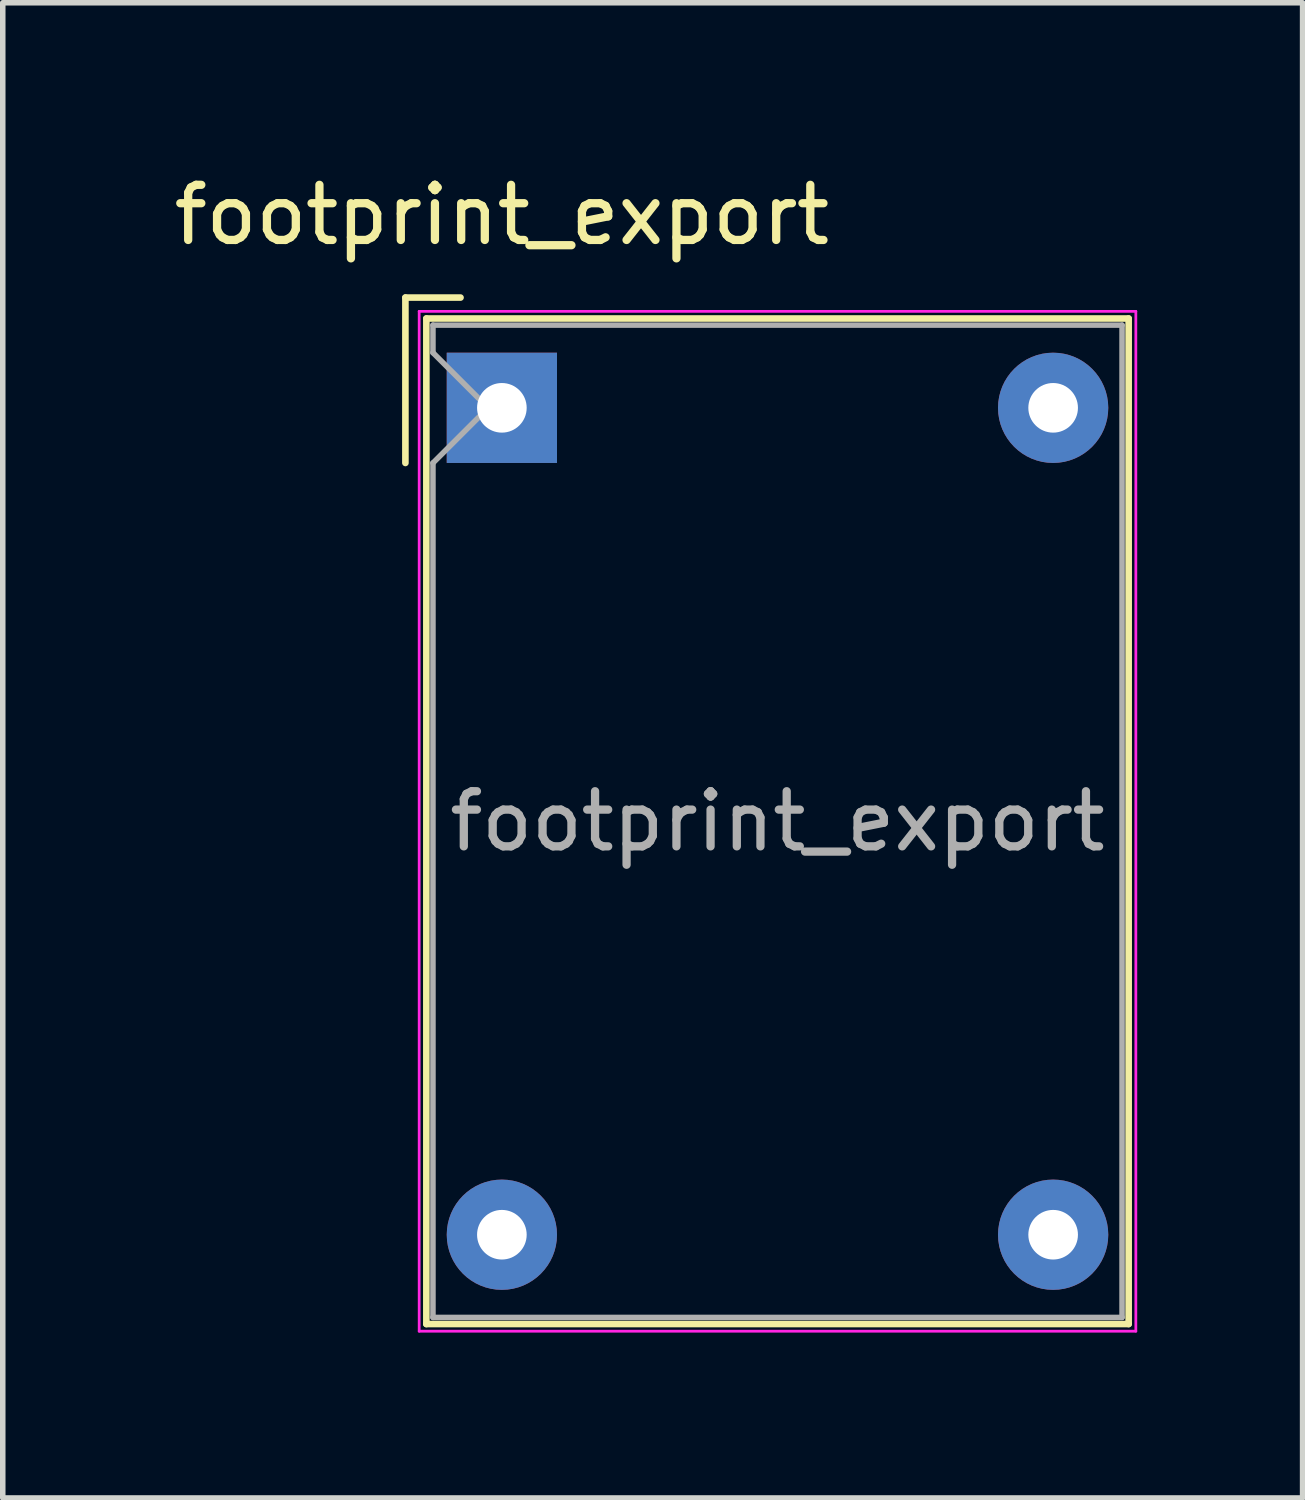
<source format=kicad_pcb>
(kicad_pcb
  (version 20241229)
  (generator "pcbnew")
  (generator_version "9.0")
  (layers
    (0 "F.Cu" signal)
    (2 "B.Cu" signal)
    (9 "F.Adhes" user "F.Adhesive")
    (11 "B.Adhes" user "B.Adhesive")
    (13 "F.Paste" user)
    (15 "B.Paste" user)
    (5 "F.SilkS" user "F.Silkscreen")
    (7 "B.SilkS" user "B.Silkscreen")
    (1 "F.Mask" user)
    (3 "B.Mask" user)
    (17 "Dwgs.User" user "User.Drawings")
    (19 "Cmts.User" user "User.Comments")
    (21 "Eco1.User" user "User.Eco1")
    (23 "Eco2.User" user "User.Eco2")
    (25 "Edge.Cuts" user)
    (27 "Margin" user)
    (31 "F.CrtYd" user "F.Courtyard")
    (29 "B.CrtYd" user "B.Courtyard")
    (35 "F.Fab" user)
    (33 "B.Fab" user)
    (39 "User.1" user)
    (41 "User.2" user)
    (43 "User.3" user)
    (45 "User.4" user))
  (footprint "footprint_export"
    (layer "F.Cu")
    (at 6.054 4.348)
    (property "Reference" "footprint_export" (at 0 -3.5 0) (layer "F.SilkS") (effects (font (size 1 1) (thickness 0.15))))
    (attr through_hole)
    (fp_line (start -1.75 -2) (end -1.75 1) (stroke (width 0.12) (type solid)) (layer "F.SilkS"))
    (fp_line (start -1.75 -2) (end -0.75 -2) (stroke (width 0.12) (type solid)) (layer "F.SilkS"))
    (fp_line (start -1.37 -1.62) (end 11.37 -1.62) (stroke (width 0.12) (type solid)) (layer "F.SilkS"))
    (fp_line (start -1.37 16.62) (end -1.37 -1.62) (stroke (width 0.12) (type solid)) (layer "F.SilkS"))
    (fp_line (start 11.37 -1.62) (end 11.37 16.62) (stroke (width 0.12) (type solid)) (layer "F.SilkS"))
    (fp_line (start 11.37 16.62) (end -1.37 16.62) (stroke (width 0.12) (type solid)) (layer "F.SilkS"))
    (fp_line (start -1.5 -1.75) (end -1.5 16.75) (stroke (width 0.05) (type solid)) (layer "F.CrtYd"))
    (fp_line (start -1.5 16.75) (end 11.5 16.75) (stroke (width 0.05) (type solid)) (layer "F.CrtYd"))
    (fp_line (start 11.5 -1.75) (end -1.5 -1.75) (stroke (width 0.05) (type solid)) (layer "F.CrtYd"))
    (fp_line (start 11.5 16.75) (end 11.5 -1.75) (stroke (width 0.05) (type solid)) (layer "F.CrtYd"))
    (fp_line (start -1.25 -1.5) (end 11.25 -1.5) (stroke (width 0.1) (type solid)) (layer "F.Fab"))
    (fp_line (start -1.25 -1) (end -1.25 -1.5) (stroke (width 0.1) (type solid)) (layer "F.Fab"))
    (fp_line (start -1.25 1) (end -0.25 0) (stroke (width 0.1) (type solid)) (layer "F.Fab"))
    (fp_line (start -1.25 16.5) (end -1.25 1) (stroke (width 0.1) (type solid)) (layer "F.Fab"))
    (fp_line (start -0.25 0) (end -1.25 -1) (stroke (width 0.1) (type solid)) (layer "F.Fab"))
    (fp_line (start 11.25 -1.5) (end 11.25 16.5) (stroke (width 0.1) (type solid)) (layer "F.Fab"))
    (fp_line (start 11.25 16.5) (end -1.25 16.5) (stroke (width 0.1) (type solid)) (layer "F.Fab"))
    (fp_text user "${REFERENCE}" (at 5 7.5 0) (layer "F.Fab") (effects (font (size 1 1) (thickness 0.15))))
    (pad "1" thru_hole rect (at 0 0) (size 2 2) (drill 0.9) (layers "*.Cu" "*.Mask"))
    (pad "2" thru_hole circle (at 10 0) (size 2 2) (drill 0.9) (layers "*.Cu" "*.Mask"))
    (pad "3" thru_hole circle (at 0 15) (size 2 2) (drill 0.9) (layers "*.Cu" "*.Mask"))
    (pad "4" thru_hole circle (at 10 15) (size 2 2) (drill 0.9) (layers "*.Cu" "*.Mask")))
  (gr_rect
    (start -3 -3)
    (end 20.579 24.123)
    (stroke (width 0.1) (type default))
    (fill no)
    (layer "Edge.Cuts")))
</source>
